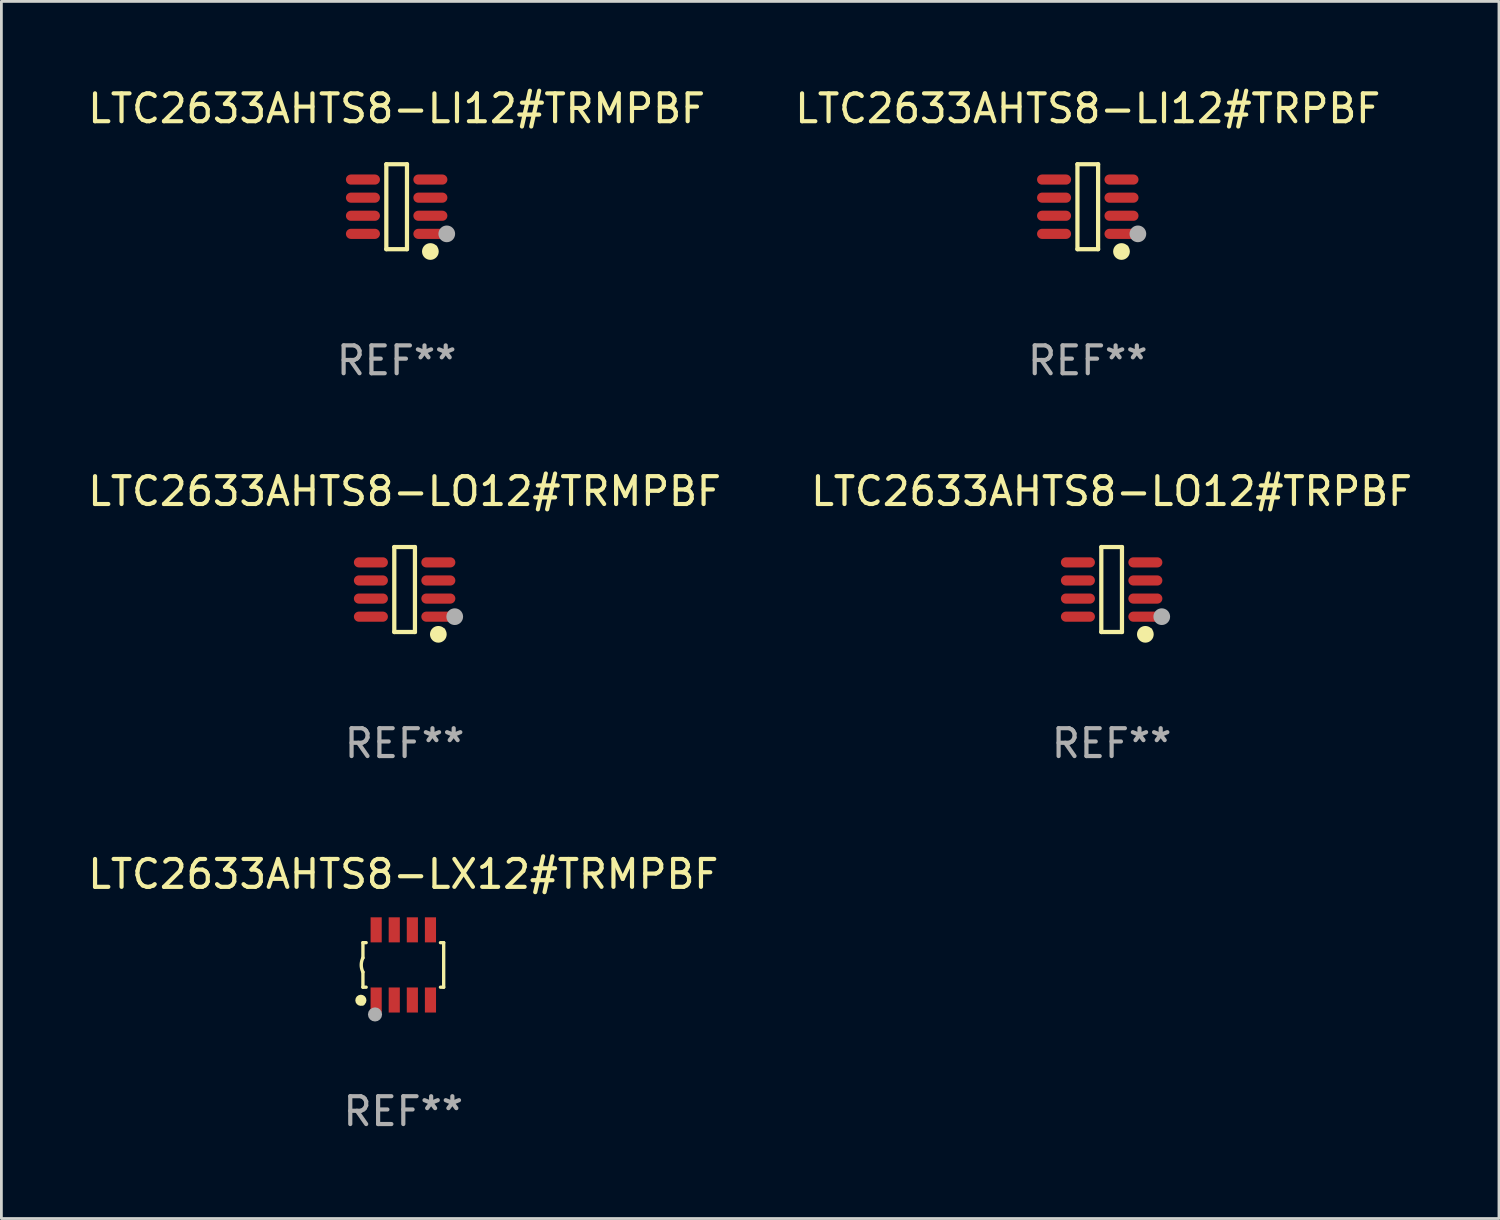
<source format=kicad_pcb>
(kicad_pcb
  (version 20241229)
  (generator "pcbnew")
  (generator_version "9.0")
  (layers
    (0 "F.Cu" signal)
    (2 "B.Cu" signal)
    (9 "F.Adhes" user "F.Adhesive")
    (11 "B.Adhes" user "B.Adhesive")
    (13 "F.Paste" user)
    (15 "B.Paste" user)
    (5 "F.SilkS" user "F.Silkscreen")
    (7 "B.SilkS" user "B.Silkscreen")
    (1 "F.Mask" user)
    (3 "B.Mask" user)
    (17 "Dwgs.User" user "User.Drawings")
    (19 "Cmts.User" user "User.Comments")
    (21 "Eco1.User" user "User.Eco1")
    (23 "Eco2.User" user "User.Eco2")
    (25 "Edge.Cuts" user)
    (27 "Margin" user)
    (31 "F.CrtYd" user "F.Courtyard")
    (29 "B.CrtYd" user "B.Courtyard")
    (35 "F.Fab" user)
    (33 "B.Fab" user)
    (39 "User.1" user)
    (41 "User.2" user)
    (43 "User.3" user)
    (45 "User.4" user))
  (footprint "LTC2633AHTS8-LX12#TRMPBF"
    (layer "F.Cu")
    (at 11.435 31.606)
    (property "Reference" "LTC2633AHTS8-LX12#TRMPBF" (at 0 -3.26 0) (layer "F.SilkS") (effects (font (size 1 1) (thickness 0.15))))
    (attr through_hole)
    (fp_line (start -1.45 -0.8) (end -1.45 -0.254) (stroke (width 0.12) (type solid)) (layer "F.SilkS"))
    (fp_line (start -1.45 -0.8) (end -1.334 -0.8) (stroke (width 0.12) (type solid)) (layer "F.SilkS"))
    (fp_line (start -1.45 0.8) (end -1.45 0.254) (stroke (width 0.12) (type solid)) (layer "F.SilkS"))
    (fp_line (start -1.45 0.8) (end -1.334 0.8) (stroke (width 0.12) (type solid)) (layer "F.SilkS"))
    (fp_line (start 1.334 -0.8) (end 1.45 -0.8) (stroke (width 0.12) (type solid)) (layer "F.SilkS"))
    (fp_line (start 1.334 0.8) (end 1.45 0.8) (stroke (width 0.12) (type solid)) (layer "F.SilkS"))
    (fp_line (start 1.45 0.8) (end 1.45 -0.8) (stroke (width 0.12) (type solid)) (layer "F.SilkS"))
    (fp_arc (start -1.45075 0.255144) (mid -1.510605 0.000434) (end -1.450013 -0.254102) (stroke (width 0.11999) (type solid)) (layer "F.SilkS"))
    (fp_circle (center -1.524 1.27) (end -1.424 1.27) (stroke (width 0.2) (type solid)) (fill no) (layer "F.SilkS"))
    (fp_circle (center -1.45 1.4) (end -1.42 1.4) (stroke (width 0.06) (type solid)) (fill no) (layer "F.SilkS"))
    (fp_circle (center -1.016 1.778) (end -0.889 1.778) (stroke (width 0.254) (type solid)) (fill no) (layer "F.Fab"))
    (fp_text user "REF**" (at 0 5.26 0) (layer "F.Fab") (effects (font (size 1 1) (thickness 0.15))))
    (pad "1" smd rect (at -0.975 1.26) (size 0.4 0.9) (layers "F.Cu" "F.Mask" "F.Paste"))
    (pad "2" smd rect (at -0.325 1.26) (size 0.4 0.9) (layers "F.Cu" "F.Mask" "F.Paste"))
    (pad "3" smd rect (at 0.325 1.26) (size 0.4 0.9) (layers "F.Cu" "F.Mask" "F.Paste"))
    (pad "4" smd rect (at 0.975 1.26) (size 0.4 0.9) (layers "F.Cu" "F.Mask" "F.Paste"))
    (pad "5" smd rect (at 0.975 -1.26) (size 0.4 0.9) (layers "F.Cu" "F.Mask" "F.Paste"))
    (pad "6" smd rect (at 0.325 -1.26) (size 0.4 0.9) (layers "F.Cu" "F.Mask" "F.Paste"))
    (pad "7" smd rect (at -0.325 -1.26) (size 0.4 0.9) (layers "F.Cu" "F.Mask" "F.Paste"))
    (pad "8" smd rect (at -0.975 -1.26) (size 0.4 0.9) (layers "F.Cu" "F.Mask" "F.Paste")))
  (footprint "LTC2633AHTS8-LO12#TRPBF"
    (layer "F.Cu")
    (at 36.875 18.123)
    (property "Reference" "LTC2633AHTS8-LO12#TRPBF" (at 0 -3.526 0) (layer "F.SilkS") (effects (font (size 1 1) (thickness 0.15))))
    (attr through_hole)
    (fp_line (start -0.371 -1.526) (end 0.371 -1.526) (stroke (width 0.152) (type solid)) (layer "F.SilkS"))
    (fp_line (start -0.371 1.526) (end -0.371 -1.526) (stroke (width 0.152) (type solid)) (layer "F.SilkS"))
    (fp_line (start 0.371 -1.526) (end 0.371 1.526) (stroke (width 0.152) (type solid)) (layer "F.SilkS"))
    (fp_line (start 0.371 1.526) (end -0.371 1.526) (stroke (width 0.152) (type solid)) (layer "F.SilkS"))
    (fp_circle (center 1.211 1.609) (end 1.361 1.609) (stroke (width 0.3) (type solid)) (fill no) (layer "F.SilkS"))
    (fp_circle (center 1.4 1.45) (end 1.43 1.45) (stroke (width 0.06) (type solid)) (fill no) (layer "F.SilkS"))
    (fp_circle (center 1.8 0.975) (end 1.95 0.975) (stroke (width 0.3) (type solid)) (fill no) (layer "F.Fab"))
    (fp_text user "REF**" (at 0 5.526 0) (layer "F.Fab") (effects (font (size 1 1) (thickness 0.15))))
    (pad "1" smd oval (at 1.211 0.975) (size 1.222 0.364) (layers "F.Cu" "F.Mask" "F.Paste"))
    (pad "2" smd oval (at 1.211 0.325) (size 1.222 0.364) (layers "F.Cu" "F.Mask" "F.Paste"))
    (pad "3" smd oval (at 1.211 -0.325) (size 1.222 0.364) (layers "F.Cu" "F.Mask" "F.Paste"))
    (pad "4" smd oval (at 1.211 -0.975) (size 1.222 0.364) (layers "F.Cu" "F.Mask" "F.Paste"))
    (pad "5" smd oval (at -1.211 -0.975) (size 1.222 0.364) (layers "F.Cu" "F.Mask" "F.Paste"))
    (pad "6" smd oval (at -1.211 -0.325) (size 1.222 0.364) (layers "F.Cu" "F.Mask" "F.Paste"))
    (pad "7" smd oval (at -1.211 0.325) (size 1.222 0.364) (layers "F.Cu" "F.Mask" "F.Paste"))
    (pad "8" smd oval (at -1.211 0.975) (size 1.222 0.364) (layers "F.Cu" "F.Mask" "F.Paste")))
  (footprint "LTC2633AHTS8-LO12#TRMPBF"
    (layer "F.Cu")
    (at 11.482 18.123)
    (property "Reference" "LTC2633AHTS8-LO12#TRMPBF" (at 0 -3.526 0) (layer "F.SilkS") (effects (font (size 1 1) (thickness 0.15))))
    (attr through_hole)
    (fp_line (start -0.371 -1.526) (end 0.371 -1.526) (stroke (width 0.152) (type solid)) (layer "F.SilkS"))
    (fp_line (start -0.371 1.526) (end -0.371 -1.526) (stroke (width 0.152) (type solid)) (layer "F.SilkS"))
    (fp_line (start 0.371 -1.526) (end 0.371 1.526) (stroke (width 0.152) (type solid)) (layer "F.SilkS"))
    (fp_line (start 0.371 1.526) (end -0.371 1.526) (stroke (width 0.152) (type solid)) (layer "F.SilkS"))
    (fp_circle (center 1.211 1.609) (end 1.361 1.609) (stroke (width 0.3) (type solid)) (fill no) (layer "F.SilkS"))
    (fp_circle (center 1.4 1.45) (end 1.43 1.45) (stroke (width 0.06) (type solid)) (fill no) (layer "F.SilkS"))
    (fp_circle (center 1.8 0.975) (end 1.95 0.975) (stroke (width 0.3) (type solid)) (fill no) (layer "F.Fab"))
    (fp_text user "REF**" (at 0 5.526 0) (layer "F.Fab") (effects (font (size 1 1) (thickness 0.15))))
    (pad "1" smd oval (at 1.211 0.975) (size 1.222 0.364) (layers "F.Cu" "F.Mask" "F.Paste"))
    (pad "2" smd oval (at 1.211 0.325) (size 1.222 0.364) (layers "F.Cu" "F.Mask" "F.Paste"))
    (pad "3" smd oval (at 1.211 -0.325) (size 1.222 0.364) (layers "F.Cu" "F.Mask" "F.Paste"))
    (pad "4" smd oval (at 1.211 -0.975) (size 1.222 0.364) (layers "F.Cu" "F.Mask" "F.Paste"))
    (pad "5" smd oval (at -1.211 -0.975) (size 1.222 0.364) (layers "F.Cu" "F.Mask" "F.Paste"))
    (pad "6" smd oval (at -1.211 -0.325) (size 1.222 0.364) (layers "F.Cu" "F.Mask" "F.Paste"))
    (pad "7" smd oval (at -1.211 0.325) (size 1.222 0.364) (layers "F.Cu" "F.Mask" "F.Paste"))
    (pad "8" smd oval (at -1.211 0.975) (size 1.222 0.364) (layers "F.Cu" "F.Mask" "F.Paste")))
  (footprint "LTC2633AHTS8-LI12#TRPBF"
    (layer "F.Cu")
    (at 36.018 4.374)
    (property "Reference" "LTC2633AHTS8-LI12#TRPBF" (at 0 -3.526 0) (layer "F.SilkS") (effects (font (size 1 1) (thickness 0.15))))
    (attr through_hole)
    (fp_line (start -0.371 -1.526) (end 0.371 -1.526) (stroke (width 0.152) (type solid)) (layer "F.SilkS"))
    (fp_line (start -0.371 1.526) (end -0.371 -1.526) (stroke (width 0.152) (type solid)) (layer "F.SilkS"))
    (fp_line (start 0.371 -1.526) (end 0.371 1.526) (stroke (width 0.152) (type solid)) (layer "F.SilkS"))
    (fp_line (start 0.371 1.526) (end -0.371 1.526) (stroke (width 0.152) (type solid)) (layer "F.SilkS"))
    (fp_circle (center 1.211 1.609) (end 1.361 1.609) (stroke (width 0.3) (type solid)) (fill no) (layer "F.SilkS"))
    (fp_circle (center 1.4 1.45) (end 1.43 1.45) (stroke (width 0.06) (type solid)) (fill no) (layer "F.SilkS"))
    (fp_circle (center 1.8 0.975) (end 1.95 0.975) (stroke (width 0.3) (type solid)) (fill no) (layer "F.Fab"))
    (fp_text user "REF**" (at 0 5.526 0) (layer "F.Fab") (effects (font (size 1 1) (thickness 0.15))))
    (pad "1" smd oval (at 1.211 0.975) (size 1.222 0.364) (layers "F.Cu" "F.Mask" "F.Paste"))
    (pad "2" smd oval (at 1.211 0.325) (size 1.222 0.364) (layers "F.Cu" "F.Mask" "F.Paste"))
    (pad "3" smd oval (at 1.211 -0.325) (size 1.222 0.364) (layers "F.Cu" "F.Mask" "F.Paste"))
    (pad "4" smd oval (at 1.211 -0.975) (size 1.222 0.364) (layers "F.Cu" "F.Mask" "F.Paste"))
    (pad "5" smd oval (at -1.211 -0.975) (size 1.222 0.364) (layers "F.Cu" "F.Mask" "F.Paste"))
    (pad "6" smd oval (at -1.211 -0.325) (size 1.222 0.364) (layers "F.Cu" "F.Mask" "F.Paste"))
    (pad "7" smd oval (at -1.211 0.325) (size 1.222 0.364) (layers "F.Cu" "F.Mask" "F.Paste"))
    (pad "8" smd oval (at -1.211 0.975) (size 1.222 0.364) (layers "F.Cu" "F.Mask" "F.Paste")))
  (footprint "LTC2633AHTS8-LI12#TRMPBF"
    (layer "F.Cu")
    (at 11.196 4.374)
    (property "Reference" "LTC2633AHTS8-LI12#TRMPBF" (at 0 -3.526 0) (layer "F.SilkS") (effects (font (size 1 1) (thickness 0.15))))
    (attr through_hole)
    (fp_line (start -0.371 -1.526) (end 0.371 -1.526) (stroke (width 0.152) (type solid)) (layer "F.SilkS"))
    (fp_line (start -0.371 1.526) (end -0.371 -1.526) (stroke (width 0.152) (type solid)) (layer "F.SilkS"))
    (fp_line (start 0.371 -1.526) (end 0.371 1.526) (stroke (width 0.152) (type solid)) (layer "F.SilkS"))
    (fp_line (start 0.371 1.526) (end -0.371 1.526) (stroke (width 0.152) (type solid)) (layer "F.SilkS"))
    (fp_circle (center 1.211 1.609) (end 1.361 1.609) (stroke (width 0.3) (type solid)) (fill no) (layer "F.SilkS"))
    (fp_circle (center 1.4 1.45) (end 1.43 1.45) (stroke (width 0.06) (type solid)) (fill no) (layer "F.SilkS"))
    (fp_circle (center 1.8 0.975) (end 1.95 0.975) (stroke (width 0.3) (type solid)) (fill no) (layer "F.Fab"))
    (fp_text user "REF**" (at 0 5.526 0) (layer "F.Fab") (effects (font (size 1 1) (thickness 0.15))))
    (pad "1" smd oval (at 1.211 0.975) (size 1.222 0.364) (layers "F.Cu" "F.Mask" "F.Paste"))
    (pad "2" smd oval (at 1.211 0.325) (size 1.222 0.364) (layers "F.Cu" "F.Mask" "F.Paste"))
    (pad "3" smd oval (at 1.211 -0.325) (size 1.222 0.364) (layers "F.Cu" "F.Mask" "F.Paste"))
    (pad "4" smd oval (at 1.211 -0.975) (size 1.222 0.364) (layers "F.Cu" "F.Mask" "F.Paste"))
    (pad "5" smd oval (at -1.211 -0.975) (size 1.222 0.364) (layers "F.Cu" "F.Mask" "F.Paste"))
    (pad "6" smd oval (at -1.211 -0.325) (size 1.222 0.364) (layers "F.Cu" "F.Mask" "F.Paste"))
    (pad "7" smd oval (at -1.211 0.325) (size 1.222 0.364) (layers "F.Cu" "F.Mask" "F.Paste"))
    (pad "8" smd oval (at -1.211 0.975) (size 1.222 0.364) (layers "F.Cu" "F.Mask" "F.Paste")))
  (gr_rect
    (start -3 -3)
    (end 50.786 40.714)
    (stroke (width 0.1) (type default))
    (fill no)
    (layer "Edge.Cuts")))
</source>
